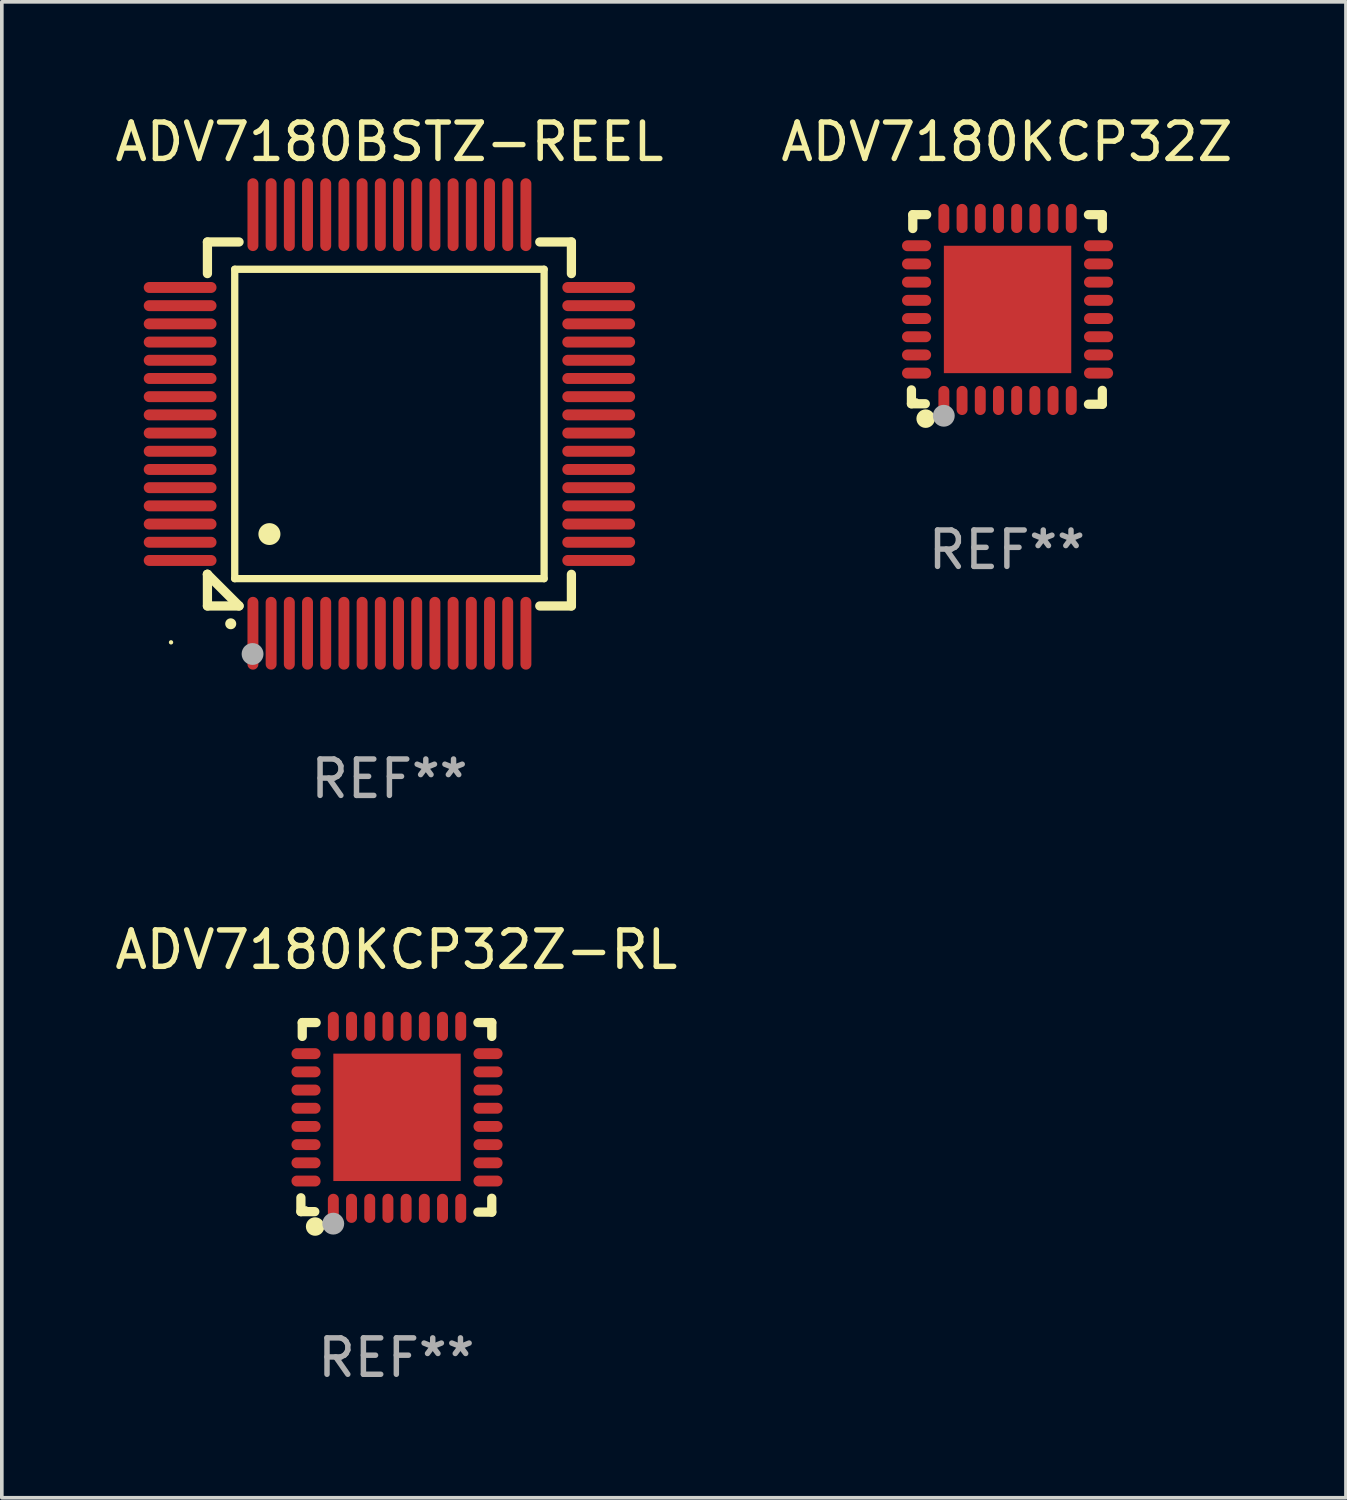
<source format=kicad_pcb>
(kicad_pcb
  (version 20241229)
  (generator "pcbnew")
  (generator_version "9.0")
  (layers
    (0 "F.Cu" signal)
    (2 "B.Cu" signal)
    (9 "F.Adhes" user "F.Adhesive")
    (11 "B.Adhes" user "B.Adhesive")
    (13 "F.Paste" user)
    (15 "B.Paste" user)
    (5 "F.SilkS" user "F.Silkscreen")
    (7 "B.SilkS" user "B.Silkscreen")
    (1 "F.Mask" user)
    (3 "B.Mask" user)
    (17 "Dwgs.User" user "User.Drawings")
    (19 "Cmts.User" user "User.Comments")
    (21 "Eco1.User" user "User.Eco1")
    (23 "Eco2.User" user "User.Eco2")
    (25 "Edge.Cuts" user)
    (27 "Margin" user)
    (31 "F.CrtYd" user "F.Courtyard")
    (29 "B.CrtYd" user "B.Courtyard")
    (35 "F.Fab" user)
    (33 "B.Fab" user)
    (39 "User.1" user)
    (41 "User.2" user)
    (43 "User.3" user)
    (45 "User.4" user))
  (footprint "ADV7180KCP32Z-RL"
    (layer "F.Cu")
    (at 7.839 27.648)
    (property "Reference" "ADV7180KCP32Z-RL" (at 0 -4.604 0) (layer "F.SilkS") (effects (font (size 1 1) (thickness 0.15))))
    (attr through_hole)
    (fp_line (start -2.622 2.21) (end -2.622 2.591) (stroke (width 0.254) (type solid)) (layer "F.SilkS"))
    (fp_line (start -2.622 2.591) (end -2.241 2.591) (stroke (width 0.254) (type solid)) (layer "F.SilkS"))
    (fp_line (start -2.585 -2.604) (end -2.585 -2.223) (stroke (width 0.254) (type solid)) (layer "F.SilkS"))
    (fp_line (start -2.204 -2.604) (end -2.585 -2.604) (stroke (width 0.254) (type solid)) (layer "F.SilkS"))
    (fp_line (start 2.241 2.604) (end 2.622 2.604) (stroke (width 0.254) (type solid)) (layer "F.SilkS"))
    (fp_line (start 2.622 -2.604) (end 2.241 -2.604) (stroke (width 0.254) (type solid)) (layer "F.SilkS"))
    (fp_line (start 2.622 -2.223) (end 2.622 -2.604) (stroke (width 0.254) (type solid)) (layer "F.SilkS"))
    (fp_line (start 2.622 2.604) (end 2.622 2.223) (stroke (width 0.254) (type solid)) (layer "F.SilkS"))
    (fp_circle (center -2.481 2.5) (end -2.451 2.5) (stroke (width 0.06) (type solid)) (fill no) (layer "F.SilkS"))
    (fp_circle (center -2.231 3) (end -2.104 3) (stroke (width 0.254) (type solid)) (fill no) (layer "F.SilkS"))
    (fp_circle (center -1.733 2.921) (end -1.583 2.921) (stroke (width 0.3) (type solid)) (fill no) (layer "F.Fab"))
    (fp_text user "REF**" (at 0 6.604 0) (layer "F.Fab") (effects (font (size 1 1) (thickness 0.15))))
    (pad "1" smd oval (at -1.731 2.5 90) (size 0.8 0.3) (layers "F.Cu" "F.Mask" "F.Paste"))
    (pad "2" smd oval (at -1.231 2.5 90) (size 0.8 0.3) (layers "F.Cu" "F.Mask" "F.Paste"))
    (pad "3" smd oval (at -0.731 2.5 90) (size 0.8 0.3) (layers "F.Cu" "F.Mask" "F.Paste"))
    (pad "4" smd oval (at -0.231 2.5 90) (size 0.8 0.3) (layers "F.Cu" "F.Mask" "F.Paste"))
    (pad "5" smd oval (at 0.269 2.5 90) (size 0.8 0.3) (layers "F.Cu" "F.Mask" "F.Paste"))
    (pad "6" smd oval (at 0.769 2.5 90) (size 0.8 0.3) (layers "F.Cu" "F.Mask" "F.Paste"))
    (pad "7" smd oval (at 1.269 2.5 90) (size 0.8 0.3) (layers "F.Cu" "F.Mask" "F.Paste"))
    (pad "8" smd oval (at 1.769 2.5 90) (size 0.8 0.3) (layers "F.Cu" "F.Mask" "F.Paste"))
    (pad "9" smd oval (at 2.519 1.75 180) (size 0.8 0.3) (layers "F.Cu" "F.Mask" "F.Paste"))
    (pad "10" smd oval (at 2.519 1.25 180) (size 0.8 0.3) (layers "F.Cu" "F.Mask" "F.Paste"))
    (pad "11" smd oval (at 2.519 0.75 180) (size 0.8 0.3) (layers "F.Cu" "F.Mask" "F.Paste"))
    (pad "12" smd oval (at 2.519 0.25 180) (size 0.8 0.3) (layers "F.Cu" "F.Mask" "F.Paste"))
    (pad "13" smd oval (at 2.519 -0.25 180) (size 0.8 0.3) (layers "F.Cu" "F.Mask" "F.Paste"))
    (pad "14" smd oval (at 2.519 -0.75 180) (size 0.8 0.3) (layers "F.Cu" "F.Mask" "F.Paste"))
    (pad "15" smd oval (at 2.519 -1.25 180) (size 0.8 0.3) (layers "F.Cu" "F.Mask" "F.Paste"))
    (pad "16" smd oval (at 2.519 -1.75 180) (size 0.8 0.3) (layers "F.Cu" "F.Mask" "F.Paste"))
    (pad "17" smd oval (at 1.769 -2.5 270) (size 0.8 0.3) (layers "F.Cu" "F.Mask" "F.Paste"))
    (pad "18" smd oval (at 1.269 -2.5 270) (size 0.8 0.3) (layers "F.Cu" "F.Mask" "F.Paste"))
    (pad "19" smd oval (at 0.769 -2.5 270) (size 0.8 0.3) (layers "F.Cu" "F.Mask" "F.Paste"))
    (pad "20" smd oval (at 0.269 -2.5 270) (size 0.8 0.3) (layers "F.Cu" "F.Mask" "F.Paste"))
    (pad "21" smd oval (at -0.231 -2.5 270) (size 0.8 0.3) (layers "F.Cu" "F.Mask" "F.Paste"))
    (pad "22" smd oval (at -0.731 -2.5 270) (size 0.8 0.3) (layers "F.Cu" "F.Mask" "F.Paste"))
    (pad "23" smd oval (at -1.231 -2.5 270) (size 0.8 0.3) (layers "F.Cu" "F.Mask" "F.Paste"))
    (pad "24" smd oval (at -1.731 -2.5 270) (size 0.8 0.3) (layers "F.Cu" "F.Mask" "F.Paste"))
    (pad "25" smd oval (at -2.481 -1.75) (size 0.8 0.3) (layers "F.Cu" "F.Mask" "F.Paste"))
    (pad "26" smd oval (at -2.481 -1.25) (size 0.8 0.3) (layers "F.Cu" "F.Mask" "F.Paste"))
    (pad "27" smd oval (at -2.481 -0.75) (size 0.8 0.3) (layers "F.Cu" "F.Mask" "F.Paste"))
    (pad "28" smd oval (at -2.481 -0.25) (size 0.8 0.3) (layers "F.Cu" "F.Mask" "F.Paste"))
    (pad "29" smd oval (at -2.481 0.25) (size 0.8 0.3) (layers "F.Cu" "F.Mask" "F.Paste"))
    (pad "30" smd oval (at -2.481 0.75) (size 0.8 0.3) (layers "F.Cu" "F.Mask" "F.Paste"))
    (pad "31" smd oval (at -2.481 1.25) (size 0.8 0.3) (layers "F.Cu" "F.Mask" "F.Paste"))
    (pad "32" smd oval (at -2.481 1.75) (size 0.8 0.3) (layers "F.Cu" "F.Mask" "F.Paste"))
    (pad "33" smd rect (at 0.019 -0.000025 90) (size 3.5 3.5) (layers "F.Cu" "F.Mask" "F.Paste")))
  (footprint "ADV7180KCP32Z"
    (layer "F.Cu")
    (at 24.613 5.452)
    (property "Reference" "ADV7180KCP32Z" (at 0 -4.604 0) (layer "F.SilkS") (effects (font (size 1 1) (thickness 0.15))))
    (attr through_hole)
    (fp_line (start -2.622 2.21) (end -2.622 2.591) (stroke (width 0.254) (type solid)) (layer "F.SilkS"))
    (fp_line (start -2.622 2.591) (end -2.241 2.591) (stroke (width 0.254) (type solid)) (layer "F.SilkS"))
    (fp_line (start -2.585 -2.604) (end -2.585 -2.223) (stroke (width 0.254) (type solid)) (layer "F.SilkS"))
    (fp_line (start -2.204 -2.604) (end -2.585 -2.604) (stroke (width 0.254) (type solid)) (layer "F.SilkS"))
    (fp_line (start 2.241 2.604) (end 2.622 2.604) (stroke (width 0.254) (type solid)) (layer "F.SilkS"))
    (fp_line (start 2.622 -2.604) (end 2.241 -2.604) (stroke (width 0.254) (type solid)) (layer "F.SilkS"))
    (fp_line (start 2.622 -2.223) (end 2.622 -2.604) (stroke (width 0.254) (type solid)) (layer "F.SilkS"))
    (fp_line (start 2.622 2.604) (end 2.622 2.223) (stroke (width 0.254) (type solid)) (layer "F.SilkS"))
    (fp_circle (center -2.481 2.5) (end -2.451 2.5) (stroke (width 0.06) (type solid)) (fill no) (layer "F.SilkS"))
    (fp_circle (center -2.231 3) (end -2.104 3) (stroke (width 0.254) (type solid)) (fill no) (layer "F.SilkS"))
    (fp_circle (center -1.733 2.921) (end -1.583 2.921) (stroke (width 0.3) (type solid)) (fill no) (layer "F.Fab"))
    (fp_text user "REF**" (at 0 6.604 0) (layer "F.Fab") (effects (font (size 1 1) (thickness 0.15))))
    (pad "1" smd oval (at -1.731 2.5 90) (size 0.8 0.3) (layers "F.Cu" "F.Mask" "F.Paste"))
    (pad "2" smd oval (at -1.231 2.5 90) (size 0.8 0.3) (layers "F.Cu" "F.Mask" "F.Paste"))
    (pad "3" smd oval (at -0.731 2.5 90) (size 0.8 0.3) (layers "F.Cu" "F.Mask" "F.Paste"))
    (pad "4" smd oval (at -0.231 2.5 90) (size 0.8 0.3) (layers "F.Cu" "F.Mask" "F.Paste"))
    (pad "5" smd oval (at 0.269 2.5 90) (size 0.8 0.3) (layers "F.Cu" "F.Mask" "F.Paste"))
    (pad "6" smd oval (at 0.769 2.5 90) (size 0.8 0.3) (layers "F.Cu" "F.Mask" "F.Paste"))
    (pad "7" smd oval (at 1.269 2.5 90) (size 0.8 0.3) (layers "F.Cu" "F.Mask" "F.Paste"))
    (pad "8" smd oval (at 1.769 2.5 90) (size 0.8 0.3) (layers "F.Cu" "F.Mask" "F.Paste"))
    (pad "9" smd oval (at 2.519 1.75 180) (size 0.8 0.3) (layers "F.Cu" "F.Mask" "F.Paste"))
    (pad "10" smd oval (at 2.519 1.25 180) (size 0.8 0.3) (layers "F.Cu" "F.Mask" "F.Paste"))
    (pad "11" smd oval (at 2.519 0.75 180) (size 0.8 0.3) (layers "F.Cu" "F.Mask" "F.Paste"))
    (pad "12" smd oval (at 2.519 0.25 180) (size 0.8 0.3) (layers "F.Cu" "F.Mask" "F.Paste"))
    (pad "13" smd oval (at 2.519 -0.25 180) (size 0.8 0.3) (layers "F.Cu" "F.Mask" "F.Paste"))
    (pad "14" smd oval (at 2.519 -0.75 180) (size 0.8 0.3) (layers "F.Cu" "F.Mask" "F.Paste"))
    (pad "15" smd oval (at 2.519 -1.25 180) (size 0.8 0.3) (layers "F.Cu" "F.Mask" "F.Paste"))
    (pad "16" smd oval (at 2.519 -1.75 180) (size 0.8 0.3) (layers "F.Cu" "F.Mask" "F.Paste"))
    (pad "17" smd oval (at 1.769 -2.5 270) (size 0.8 0.3) (layers "F.Cu" "F.Mask" "F.Paste"))
    (pad "18" smd oval (at 1.269 -2.5 270) (size 0.8 0.3) (layers "F.Cu" "F.Mask" "F.Paste"))
    (pad "19" smd oval (at 0.769 -2.5 270) (size 0.8 0.3) (layers "F.Cu" "F.Mask" "F.Paste"))
    (pad "20" smd oval (at 0.269 -2.5 270) (size 0.8 0.3) (layers "F.Cu" "F.Mask" "F.Paste"))
    (pad "21" smd oval (at -0.231 -2.5 270) (size 0.8 0.3) (layers "F.Cu" "F.Mask" "F.Paste"))
    (pad "22" smd oval (at -0.731 -2.5 270) (size 0.8 0.3) (layers "F.Cu" "F.Mask" "F.Paste"))
    (pad "23" smd oval (at -1.231 -2.5 270) (size 0.8 0.3) (layers "F.Cu" "F.Mask" "F.Paste"))
    (pad "24" smd oval (at -1.731 -2.5 270) (size 0.8 0.3) (layers "F.Cu" "F.Mask" "F.Paste"))
    (pad "25" smd oval (at -2.481 -1.75) (size 0.8 0.3) (layers "F.Cu" "F.Mask" "F.Paste"))
    (pad "26" smd oval (at -2.481 -1.25) (size 0.8 0.3) (layers "F.Cu" "F.Mask" "F.Paste"))
    (pad "27" smd oval (at -2.481 -0.75) (size 0.8 0.3) (layers "F.Cu" "F.Mask" "F.Paste"))
    (pad "28" smd oval (at -2.481 -0.25) (size 0.8 0.3) (layers "F.Cu" "F.Mask" "F.Paste"))
    (pad "29" smd oval (at -2.481 0.25) (size 0.8 0.3) (layers "F.Cu" "F.Mask" "F.Paste"))
    (pad "30" smd oval (at -2.481 0.75) (size 0.8 0.3) (layers "F.Cu" "F.Mask" "F.Paste"))
    (pad "31" smd oval (at -2.481 1.25) (size 0.8 0.3) (layers "F.Cu" "F.Mask" "F.Paste"))
    (pad "32" smd oval (at -2.481 1.75) (size 0.8 0.3) (layers "F.Cu" "F.Mask" "F.Paste"))
    (pad "33" smd rect (at 0.019 -0.000025 90) (size 3.5 3.5) (layers "F.Cu" "F.Mask" "F.Paste")))
  (footprint "ADV7180BSTZ-REEL"
    (layer "F.Cu")
    (at 7.649 8.598)
    (property "Reference" "ADV7180BSTZ-REEL" (at 0 -7.75 0) (layer "F.SilkS") (effects (font (size 1 1) (thickness 0.15))))
    (attr through_hole)
    (fp_line (start -5 -5) (end -4.131 -5) (stroke (width 0.254) (type solid)) (layer "F.SilkS"))
    (fp_line (start -5 -4.131) (end -5 -5) (stroke (width 0.254) (type solid)) (layer "F.SilkS"))
    (fp_line (start -5 4.131) (end -5 4.131) (stroke (width 0.254) (type solid)) (layer "F.SilkS"))
    (fp_line (start -5 5) (end -5 4.131) (stroke (width 0.254) (type solid)) (layer "F.SilkS"))
    (fp_line (start -5 4.131) (end -4.131 5) (stroke (width 0.254) (type solid)) (layer "F.SilkS"))
    (fp_line (start -4.25 -4.25) (end -4.25 4.25) (stroke (width 0.2) (type solid)) (layer "F.SilkS"))
    (fp_line (start -4.25 4.25) (end 4.25 4.25) (stroke (width 0.2) (type solid)) (layer "F.SilkS"))
    (fp_line (start -4.131 5) (end -5 5) (stroke (width 0.254) (type solid)) (layer "F.SilkS"))
    (fp_line (start 4.25 -4.25) (end -4.25 -4.25) (stroke (width 0.2) (type solid)) (layer "F.SilkS"))
    (fp_line (start 4.25 4.25) (end 4.25 -4.25) (stroke (width 0.2) (type solid)) (layer "F.SilkS"))
    (fp_line (start 5 -5) (end 4.131 -5) (stroke (width 0.254) (type solid)) (layer "F.SilkS"))
    (fp_line (start 5 -5) (end 5 -4.131) (stroke (width 0.254) (type solid)) (layer "F.SilkS"))
    (fp_line (start 5 4.131) (end 5 5) (stroke (width 0.254) (type solid)) (layer "F.SilkS"))
    (fp_line (start 5 5) (end 4.131 5) (stroke (width 0.254) (type solid)) (layer "F.SilkS"))
    (fp_arc (start -4.361265 5.489992) (mid -4.359995 5.489987) (end -4.358725 5.489992) (stroke (width 0.3) (type solid)) (layer "F.SilkS"))
    (fp_arc (start -3.299467 3.025146) (mid -3.296927 3.025135) (end -3.294387 3.025146) (stroke (width 0.6) (type solid)) (layer "F.SilkS"))
    (fp_circle (center -6 6) (end -5.97 6) (stroke (width 0.06) (type solid)) (fill no) (layer "F.SilkS"))
    (fp_circle (center -3.76 6.32) (end -3.61 6.32) (stroke (width 0.3) (type solid)) (fill no) (layer "F.Fab"))
    (fp_text user "REF**" (at 0 9.75 0) (layer "F.Fab") (effects (font (size 1 1) (thickness 0.15))))
    (pad "1" smd oval (at -3.75 5.75) (size 0.3 2) (layers "F.Cu" "F.Mask" "F.Paste"))
    (pad "2" smd oval (at -3.25 5.75) (size 0.3 2) (layers "F.Cu" "F.Mask" "F.Paste"))
    (pad "3" smd oval (at -2.75 5.75) (size 0.3 2) (layers "F.Cu" "F.Mask" "F.Paste"))
    (pad "4" smd oval (at -2.25 5.75) (size 0.3 2) (layers "F.Cu" "F.Mask" "F.Paste"))
    (pad "5" smd oval (at -1.75 5.75) (size 0.3 2) (layers "F.Cu" "F.Mask" "F.Paste"))
    (pad "6" smd oval (at -1.25 5.75) (size 0.3 2) (layers "F.Cu" "F.Mask" "F.Paste"))
    (pad "7" smd oval (at -0.75 5.75) (size 0.3 2) (layers "F.Cu" "F.Mask" "F.Paste"))
    (pad "8" smd oval (at -0.25 5.75) (size 0.3 2) (layers "F.Cu" "F.Mask" "F.Paste"))
    (pad "9" smd oval (at 0.25 5.75) (size 0.3 2) (layers "F.Cu" "F.Mask" "F.Paste"))
    (pad "10" smd oval (at 0.75 5.75) (size 0.3 2) (layers "F.Cu" "F.Mask" "F.Paste"))
    (pad "11" smd oval (at 1.25 5.75) (size 0.3 2) (layers "F.Cu" "F.Mask" "F.Paste"))
    (pad "12" smd oval (at 1.75 5.75) (size 0.3 2) (layers "F.Cu" "F.Mask" "F.Paste"))
    (pad "13" smd oval (at 2.25 5.75) (size 0.3 2) (layers "F.Cu" "F.Mask" "F.Paste"))
    (pad "14" smd oval (at 2.75 5.75) (size 0.3 2) (layers "F.Cu" "F.Mask" "F.Paste"))
    (pad "15" smd oval (at 3.25 5.75) (size 0.3 2) (layers "F.Cu" "F.Mask" "F.Paste"))
    (pad "16" smd oval (at 3.75 5.75) (size 0.3 2) (layers "F.Cu" "F.Mask" "F.Paste"))
    (pad "17" smd oval (at 5.75 3.75) (size 2 0.3) (layers "F.Cu" "F.Mask" "F.Paste"))
    (pad "18" smd oval (at 5.75 3.25) (size 2 0.3) (layers "F.Cu" "F.Mask" "F.Paste"))
    (pad "19" smd oval (at 5.75 2.75) (size 2 0.3) (layers "F.Cu" "F.Mask" "F.Paste"))
    (pad "20" smd oval (at 5.75 2.25) (size 2 0.3) (layers "F.Cu" "F.Mask" "F.Paste"))
    (pad "21" smd oval (at 5.75 1.75) (size 2 0.3) (layers "F.Cu" "F.Mask" "F.Paste"))
    (pad "22" smd oval (at 5.75 1.25) (size 2 0.3) (layers "F.Cu" "F.Mask" "F.Paste"))
    (pad "23" smd oval (at 5.75 0.75) (size 2 0.3) (layers "F.Cu" "F.Mask" "F.Paste"))
    (pad "24" smd oval (at 5.75 0.25) (size 2 0.3) (layers "F.Cu" "F.Mask" "F.Paste"))
    (pad "25" smd oval (at 5.75 -0.25) (size 2 0.3) (layers "F.Cu" "F.Mask" "F.Paste"))
    (pad "26" smd oval (at 5.75 -0.75) (size 2 0.3) (layers "F.Cu" "F.Mask" "F.Paste"))
    (pad "27" smd oval (at 5.75 -1.25) (size 2 0.3) (layers "F.Cu" "F.Mask" "F.Paste"))
    (pad "28" smd oval (at 5.75 -1.75) (size 2 0.3) (layers "F.Cu" "F.Mask" "F.Paste"))
    (pad "29" smd oval (at 5.75 -2.25) (size 2 0.3) (layers "F.Cu" "F.Mask" "F.Paste"))
    (pad "30" smd oval (at 5.75 -2.75) (size 2 0.3) (layers "F.Cu" "F.Mask" "F.Paste"))
    (pad "31" smd oval (at 5.75 -3.25) (size 2 0.3) (layers "F.Cu" "F.Mask" "F.Paste"))
    (pad "32" smd oval (at 5.75 -3.75) (size 2 0.3) (layers "F.Cu" "F.Mask" "F.Paste"))
    (pad "33" smd oval (at 3.75 -5.75) (size 0.3 2) (layers "F.Cu" "F.Mask" "F.Paste"))
    (pad "34" smd oval (at 3.25 -5.75) (size 0.3 2) (layers "F.Cu" "F.Mask" "F.Paste"))
    (pad "35" smd oval (at 2.75 -5.75) (size 0.3 2) (layers "F.Cu" "F.Mask" "F.Paste"))
    (pad "36" smd oval (at 2.25 -5.75) (size 0.3 2) (layers "F.Cu" "F.Mask" "F.Paste"))
    (pad "37" smd oval (at 1.75 -5.75) (size 0.3 2) (layers "F.Cu" "F.Mask" "F.Paste"))
    (pad "38" smd oval (at 1.25 -5.75) (size 0.3 2) (layers "F.Cu" "F.Mask" "F.Paste"))
    (pad "39" smd oval (at 0.75 -5.75) (size 0.3 2) (layers "F.Cu" "F.Mask" "F.Paste"))
    (pad "40" smd oval (at 0.25 -5.75) (size 0.3 2) (layers "F.Cu" "F.Mask" "F.Paste"))
    (pad "41" smd oval (at -0.25 -5.75) (size 0.3 2) (layers "F.Cu" "F.Mask" "F.Paste"))
    (pad "42" smd oval (at -0.75 -5.75) (size 0.3 2) (layers "F.Cu" "F.Mask" "F.Paste"))
    (pad "43" smd oval (at -1.25 -5.75) (size 0.3 2) (layers "F.Cu" "F.Mask" "F.Paste"))
    (pad "44" smd oval (at -1.75 -5.75) (size 0.3 2) (layers "F.Cu" "F.Mask" "F.Paste"))
    (pad "45" smd oval (at -2.25 -5.75) (size 0.3 2) (layers "F.Cu" "F.Mask" "F.Paste"))
    (pad "46" smd oval (at -2.75 -5.75) (size 0.3 2) (layers "F.Cu" "F.Mask" "F.Paste"))
    (pad "47" smd oval (at -3.25 -5.75) (size 0.3 2) (layers "F.Cu" "F.Mask" "F.Paste"))
    (pad "48" smd oval (at -3.75 -5.75) (size 0.3 2) (layers "F.Cu" "F.Mask" "F.Paste"))
    (pad "49" smd oval (at -5.75 -3.75) (size 2 0.3) (layers "F.Cu" "F.Mask" "F.Paste"))
    (pad "50" smd oval (at -5.75 -3.25) (size 2 0.3) (layers "F.Cu" "F.Mask" "F.Paste"))
    (pad "51" smd oval (at -5.75 -2.75) (size 2 0.3) (layers "F.Cu" "F.Mask" "F.Paste"))
    (pad "52" smd oval (at -5.75 -2.25) (size 2 0.3) (layers "F.Cu" "F.Mask" "F.Paste"))
    (pad "53" smd oval (at -5.75 -1.75) (size 2 0.3) (layers "F.Cu" "F.Mask" "F.Paste"))
    (pad "54" smd oval (at -5.75 -1.25) (size 2 0.3) (layers "F.Cu" "F.Mask" "F.Paste"))
    (pad "55" smd oval (at -5.75 -0.75) (size 2 0.3) (layers "F.Cu" "F.Mask" "F.Paste"))
    (pad "56" smd oval (at -5.75 -0.25) (size 2 0.3) (layers "F.Cu" "F.Mask" "F.Paste"))
    (pad "57" smd oval (at -5.75 0.25) (size 2 0.3) (layers "F.Cu" "F.Mask" "F.Paste"))
    (pad "58" smd oval (at -5.75 0.75) (size 2 0.3) (layers "F.Cu" "F.Mask" "F.Paste"))
    (pad "59" smd oval (at -5.75 1.25) (size 2 0.3) (layers "F.Cu" "F.Mask" "F.Paste"))
    (pad "60" smd oval (at -5.75 1.75) (size 2 0.3) (layers "F.Cu" "F.Mask" "F.Paste"))
    (pad "61" smd oval (at -5.75 2.25) (size 2 0.3) (layers "F.Cu" "F.Mask" "F.Paste"))
    (pad "62" smd oval (at -5.75 2.75) (size 2 0.3) (layers "F.Cu" "F.Mask" "F.Paste"))
    (pad "63" smd oval (at -5.75 3.25) (size 2 0.3) (layers "F.Cu" "F.Mask" "F.Paste"))
    (pad "64" smd oval (at -5.75 3.75) (size 2 0.3) (layers "F.Cu" "F.Mask" "F.Paste")))
  (gr_rect
    (start -3 -3)
    (end 33.929 38.1)
    (stroke (width 0.1) (type default))
    (fill no)
    (layer "Edge.Cuts")))
</source>
